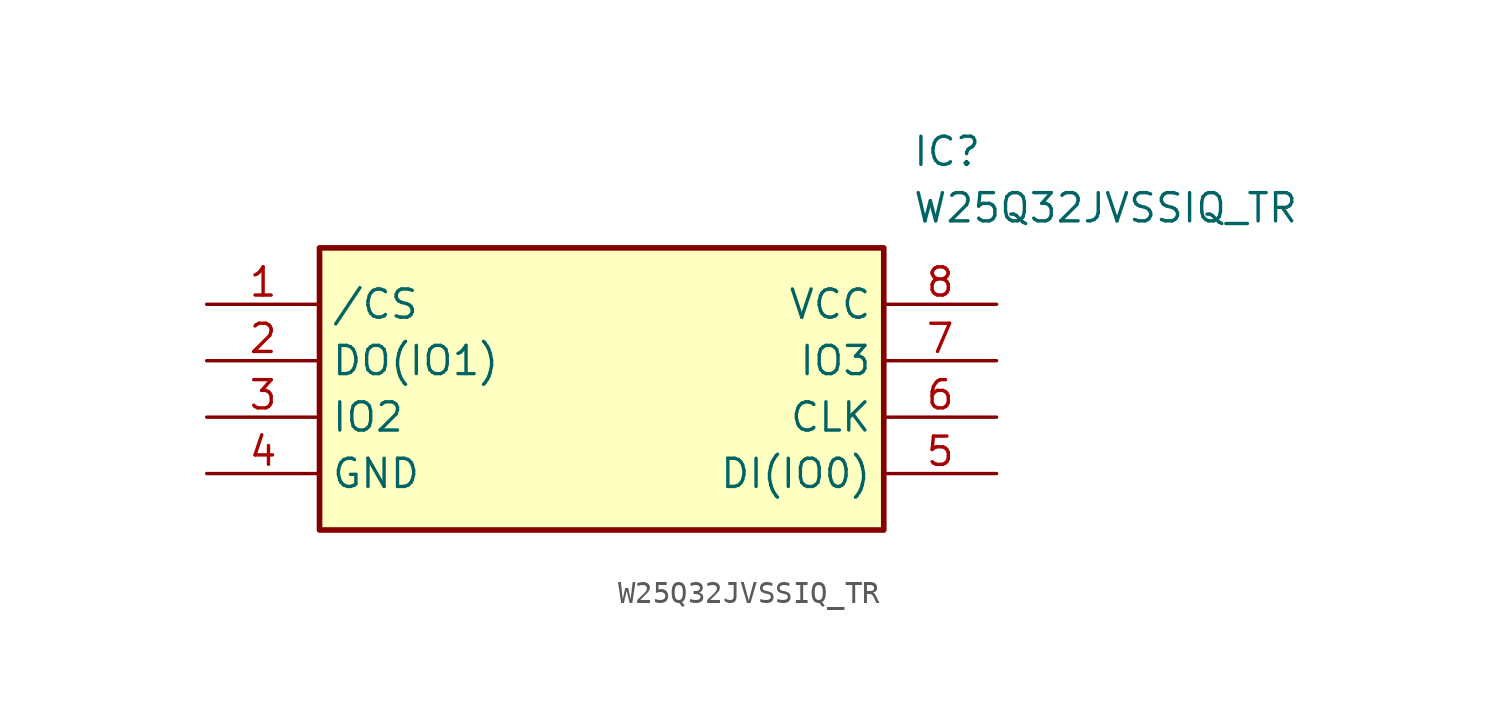
<source format=kicad_sym>
(kicad_symbol_lib
  (version 20211014)
  (generator SamacSys_ECAD_Model)
  (symbol "W25Q32JVSSIQ_TR"
    (property "Reference" "IC"
      (at 31.75 7.62 0)
      (effects (font (size 1.27 1.27)) (justify left top)))
    (property "Value" "W25Q32JVSSIQ_TR"
      (at 31.75 5.08 0)
      (effects (font (size 1.27 1.27)) (justify left top)))
    (rectangle
      (start 5.08 2.54)
      (end 30.48 -10.16)
      (stroke (width 0.254) (type default))
      (fill (type background)))
    (pin passive line
      (at 0 0 0)
      (length 5.08)
      (name "/CS" (effects (font (size 1.27 1.27))))
      (number "1" (effects (font (size 1.27 1.27)))))
    (pin passive line
      (at 0 -2.54 0)
      (length 5.08)
      (name "DO(IO1)" (effects (font (size 1.27 1.27))))
      (number "2" (effects (font (size 1.27 1.27)))))
    (pin passive line
      (at 0 -5.08 0)
      (length 5.08)
      (name "IO2" (effects (font (size 1.27 1.27))))
      (number "3" (effects (font (size 1.27 1.27)))))
    (pin passive line
      (at 0 -7.62 0)
      (length 5.08)
      (name "GND" (effects (font (size 1.27 1.27))))
      (number "4" (effects (font (size 1.27 1.27)))))
    (pin passive line
      (at 35.56 0 180)
      (length 5.08)
      (name "VCC" (effects (font (size 1.27 1.27))))
      (number "8" (effects (font (size 1.27 1.27)))))
    (pin passive line
      (at 35.56 -2.54 180)
      (length 5.08)
      (name "IO3" (effects (font (size 1.27 1.27))))
      (number "7" (effects (font (size 1.27 1.27)))))
    (pin passive line
      (at 35.56 -5.08 180)
      (length 5.08)
      (name "CLK" (effects (font (size 1.27 1.27))))
      (number "6" (effects (font (size 1.27 1.27)))))
    (pin passive line
      (at 35.56 -7.62 180)
      (length 5.08)
      (name "DI(IO0)" (effects (font (size 1.27 1.27))))
      (number "5" (effects (font (size 1.27 1.27)))))))
</source>
